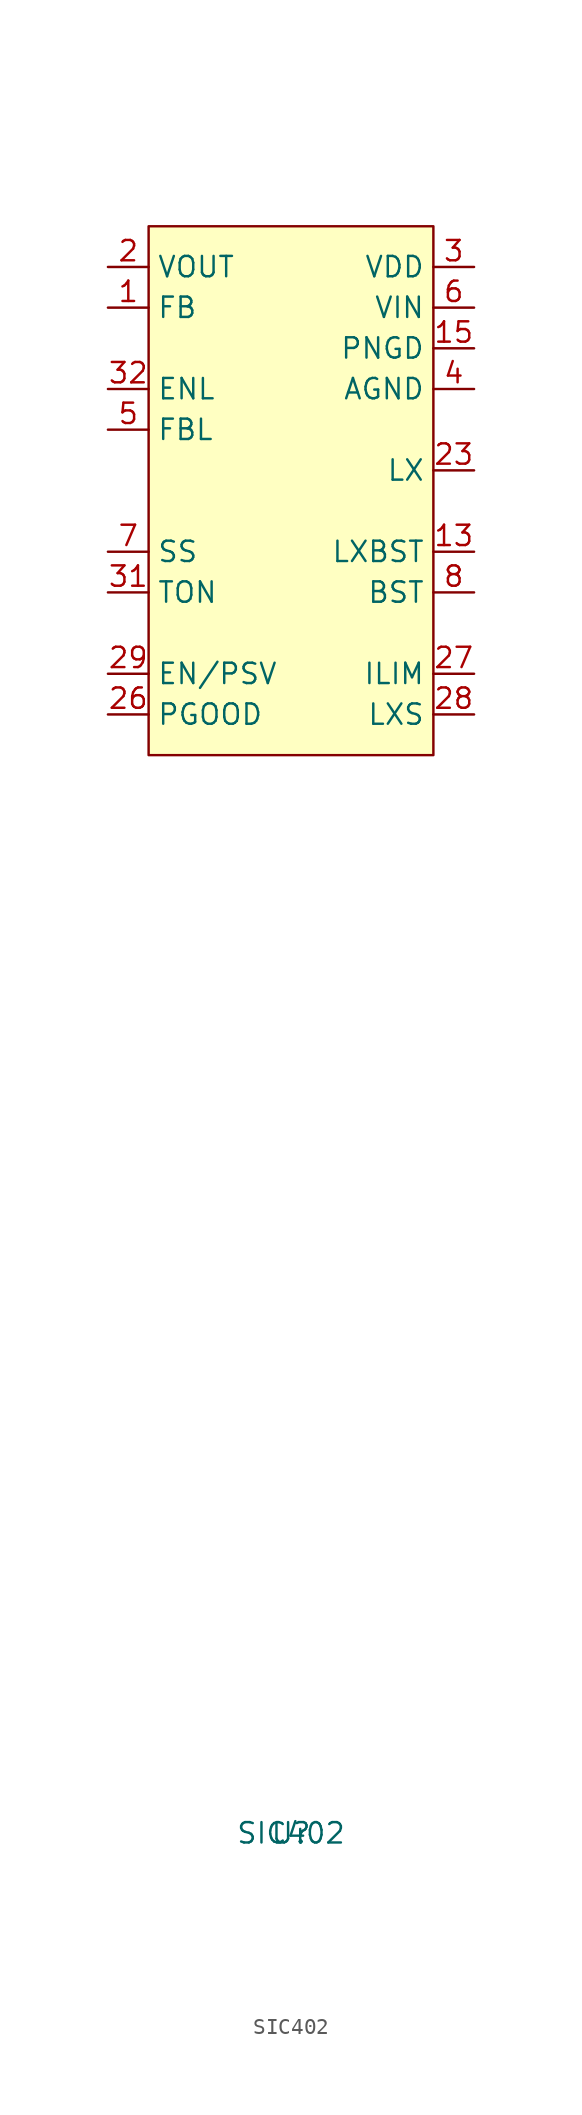
<source format=kicad_sym>
(kicad_symbol_lib
  (version 20231120)
  (generator "kicad_symbol_editor")
  (generator_version "8.0")
  (symbol "SIC402"
    (property "Reference" "U"
      (at 0 -83.82 0)
      (effects (font (size 1.27 1.27))))
    (property "Value" "SIC402"
      (at 0 -83.82 0)
      (effects (font (size 1.27 1.27))))
    (symbol "SIC402_0_1"
      (rectangle (start -8.89 16.51) (end 8.89 -16.51) (stroke (width 0) (type default)) (fill (type background))))
    (symbol "SIC402_1_1"
      (pin input line (at -11.43 11.43 0) (length 2.54) (name "FB" (effects (font (size 1.27 1.27)))) (number "1" (effects (font (size 1.27 1.27)))))
      (pin power_in line (at 11.43 11.43 180) (length 2.54) hide (name "VIN" (effects (font (size 1.27 1.27)))) (number "10" (effects (font (size 1.27 1.27)))))
      (pin power_in line (at 11.43 11.43 180) (length 2.54) hide (name "VIN" (effects (font (size 1.27 1.27)))) (number "11" (effects (font (size 1.27 1.27)))))
      (pin no_connect line (at -8.89 1.27 0) (length 2.54) hide (name "NC" (effects (font (size 1.27 1.27)))) (number "12" (effects (font (size 1.27 1.27)))))
      (pin input line (at 11.43 -3.81 180) (length 2.54) (name "LXBST" (effects (font (size 1.27 1.27)))) (number "13" (effects (font (size 1.27 1.27)))))
      (pin no_connect line (at -8.89 -1.27 0) (length 2.54) hide (name "NC" (effects (font (size 1.27 1.27)))) (number "14" (effects (font (size 1.27 1.27)))))
      (pin power_in line (at 11.43 8.89 180) (length 2.54) (name "PNGD" (effects (font (size 1.27 1.27)))) (number "15" (effects (font (size 1.27 1.27)))))
      (pin power_in line (at 11.43 8.89 180) (length 2.54) hide (name "PNGD" (effects (font (size 1.27 1.27)))) (number "16" (effects (font (size 1.27 1.27)))))
      (pin power_in line (at 11.43 8.89 180) (length 2.54) hide (name "PNGD" (effects (font (size 1.27 1.27)))) (number "17" (effects (font (size 1.27 1.27)))))
      (pin power_in line (at 11.43 8.89 180) (length 2.54) hide (name "PNGD" (effects (font (size 1.27 1.27)))) (number "18" (effects (font (size 1.27 1.27)))))
      (pin power_in line (at 11.43 8.89 180) (length 2.54) hide (name "PNGD" (effects (font (size 1.27 1.27)))) (number "19" (effects (font (size 1.27 1.27)))))
      (pin input line (at -11.43 13.97 0) (length 2.54) (name "VOUT" (effects (font (size 1.27 1.27)))) (number "2" (effects (font (size 1.27 1.27)))))
      (pin power_in line (at 11.43 8.89 180) (length 2.54) hide (name "PNGD" (effects (font (size 1.27 1.27)))) (number "20" (effects (font (size 1.27 1.27)))))
      (pin power_in line (at 11.43 8.89 180) (length 2.54) hide (name "PNGD" (effects (font (size 1.27 1.27)))) (number "21" (effects (font (size 1.27 1.27)))))
      (pin power_in line (at 11.43 8.89 180) (length 2.54) hide (name "PNGD" (effects (font (size 1.27 1.27)))) (number "22" (effects (font (size 1.27 1.27)))))
      (pin output line (at 11.43 1.27 180) (length 2.54) (name "LX" (effects (font (size 1.27 1.27)))) (number "23" (effects (font (size 1.27 1.27)))))
      (pin output line (at 11.43 1.27 180) (length 2.54) hide (name "LX" (effects (font (size 1.27 1.27)))) (number "24" (effects (font (size 1.27 1.27)))))
      (pin output line (at 11.43 1.27 180) (length 2.54) hide (name "LX" (effects (font (size 1.27 1.27)))) (number "25" (effects (font (size 1.27 1.27)))))
      (pin open_collector line (at -11.43 -13.97 0) (length 2.54) (name "PGOOD" (effects (font (size 1.27 1.27)))) (number "26" (effects (font (size 1.27 1.27)))))
      (pin input line (at 11.43 -11.43 180) (length 2.54) (name "ILIM" (effects (font (size 1.27 1.27)))) (number "27" (effects (font (size 1.27 1.27)))))
      (pin input line (at 11.43 -13.97 180) (length 2.54) (name "LXS" (effects (font (size 1.27 1.27)))) (number "28" (effects (font (size 1.27 1.27)))))
      (pin input line (at -11.43 -11.43 0) (length 2.54) (name "EN/PSV" (effects (font (size 1.27 1.27)))) (number "29" (effects (font (size 1.27 1.27)))))
      (pin power_in line (at 11.43 13.97 180) (length 2.54) (name "VDD" (effects (font (size 1.27 1.27)))) (number "3" (effects (font (size 1.27 1.27)))))
      (pin power_in line (at 11.43 6.35 180) (length 2.54) hide (name "AGND" (effects (font (size 1.27 1.27)))) (number "30" (effects (font (size 1.27 1.27)))))
      (pin input line (at -11.43 -6.35 0) (length 2.54) (name "TON" (effects (font (size 1.27 1.27)))) (number "31" (effects (font (size 1.27 1.27)))))
      (pin input line (at -11.43 6.35 0) (length 2.54) (name "ENL" (effects (font (size 1.27 1.27)))) (number "32" (effects (font (size 1.27 1.27)))))
      (pin power_in line (at 11.43 6.35 180) (length 2.54) hide (name "AGND" (effects (font (size 1.27 1.27)))) (number "33" (effects (font (size 1.27 1.27)))))
      (pin power_in line (at 11.43 11.43 180) (length 2.54) hide (name "VIN" (effects (font (size 1.27 1.27)))) (number "34" (effects (font (size 1.27 1.27)))))
      (pin output line (at 11.43 1.27 180) (length 2.54) hide (name "LX" (effects (font (size 1.27 1.27)))) (number "35" (effects (font (size 1.27 1.27)))))
      (pin power_in line (at 11.43 6.35 180) (length 2.54) (name "AGND" (effects (font (size 1.27 1.27)))) (number "4" (effects (font (size 1.27 1.27)))))
      (pin input line (at -11.43 3.81 0) (length 2.54) (name "FBL" (effects (font (size 1.27 1.27)))) (number "5" (effects (font (size 1.27 1.27)))))
      (pin power_in line (at 11.43 11.43 180) (length 2.54) (name "VIN" (effects (font (size 1.27 1.27)))) (number "6" (effects (font (size 1.27 1.27)))))
      (pin input line (at -11.43 -3.81 0) (length 2.54) (name "SS" (effects (font (size 1.27 1.27)))) (number "7" (effects (font (size 1.27 1.27)))))
      (pin input line (at 11.43 -6.35 180) (length 2.54) (name "BST" (effects (font (size 1.27 1.27)))) (number "8" (effects (font (size 1.27 1.27)))))
      (pin power_in line (at 11.43 11.43 180) (length 2.54) hide (name "VIN" (effects (font (size 1.27 1.27)))) (number "9" (effects (font (size 1.27 1.27))))))))
</source>
